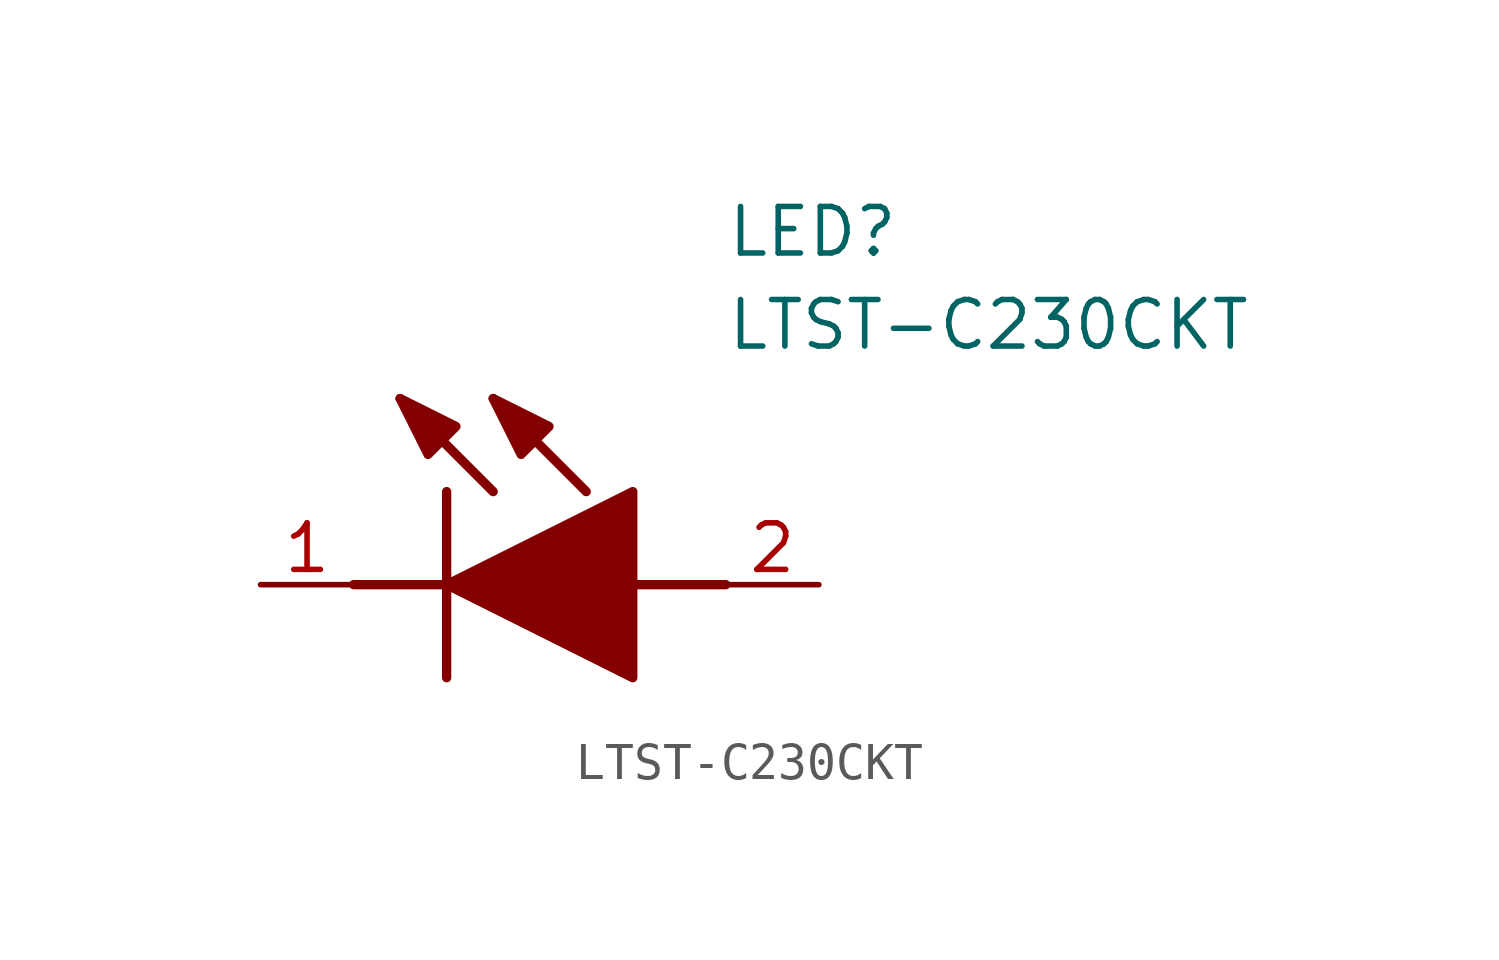
<source format=kicad_sym>
(kicad_symbol_lib
  (version 20211014)
  (generator SamacSys_ECAD_Model)
  (symbol "LTST-C230CKT"
    (pin_names hide)
    (property "Reference" "LED"
      (at 12.7 8.89 0)
      (effects (font (size 1.27 1.27)) (justify left bottom)))
    (property "Value" "LTST-C230CKT"
      (at 12.7 6.35 0)
      (effects (font (size 1.27 1.27)) (justify left bottom)))
    (polyline
      (pts (xy 5.08 2.54) (xy 5.08 -2.54))
      (stroke (width 0.254) (type default))
      (fill (type none)))
    (polyline
      (pts (xy 6.35 2.54) (xy 3.81 5.08))
      (stroke (width 0.254) (type default))
      (fill (type none)))
    (polyline
      (pts (xy 8.89 2.54) (xy 6.35 5.08))
      (stroke (width 0.254) (type default))
      (fill (type none)))
    (polyline
      (pts (xy 2.54 0) (xy 5.08 0))
      (stroke (width 0.254) (type default))
      (fill (type none)))
    (polyline
      (pts (xy 10.16 0) (xy 12.7 0))
      (stroke (width 0.254) (type default))
      (fill (type none)))
    (polyline
      (pts (xy 5.08 0) (xy 10.16 2.54) (xy 10.16 -2.54) (xy 5.08 0))
      (stroke (width 0.254) (type default))
      (fill (type outline)))
    (polyline
      (pts (xy 5.334 4.318) (xy 4.572 3.556) (xy 3.81 5.08) (xy 5.334 4.318))
      (stroke (width 0.254) (type default))
      (fill (type outline)))
    (polyline
      (pts (xy 7.874 4.318) (xy 7.112 3.556) (xy 6.35 5.08) (xy 7.874 4.318))
      (stroke (width 0.254) (type default))
      (fill (type outline)))
    (pin passive line
      (at 0 0 0)
      (length 2.54)
      (name "K" (effects (font (size 1.27 1.27))))
      (number "1" (effects (font (size 1.27 1.27)))))
    (pin passive line
      (at 15.24 0 180)
      (length 2.54)
      (name "A" (effects (font (size 1.27 1.27))))
      (number "2" (effects (font (size 1.27 1.27)))))))
</source>
